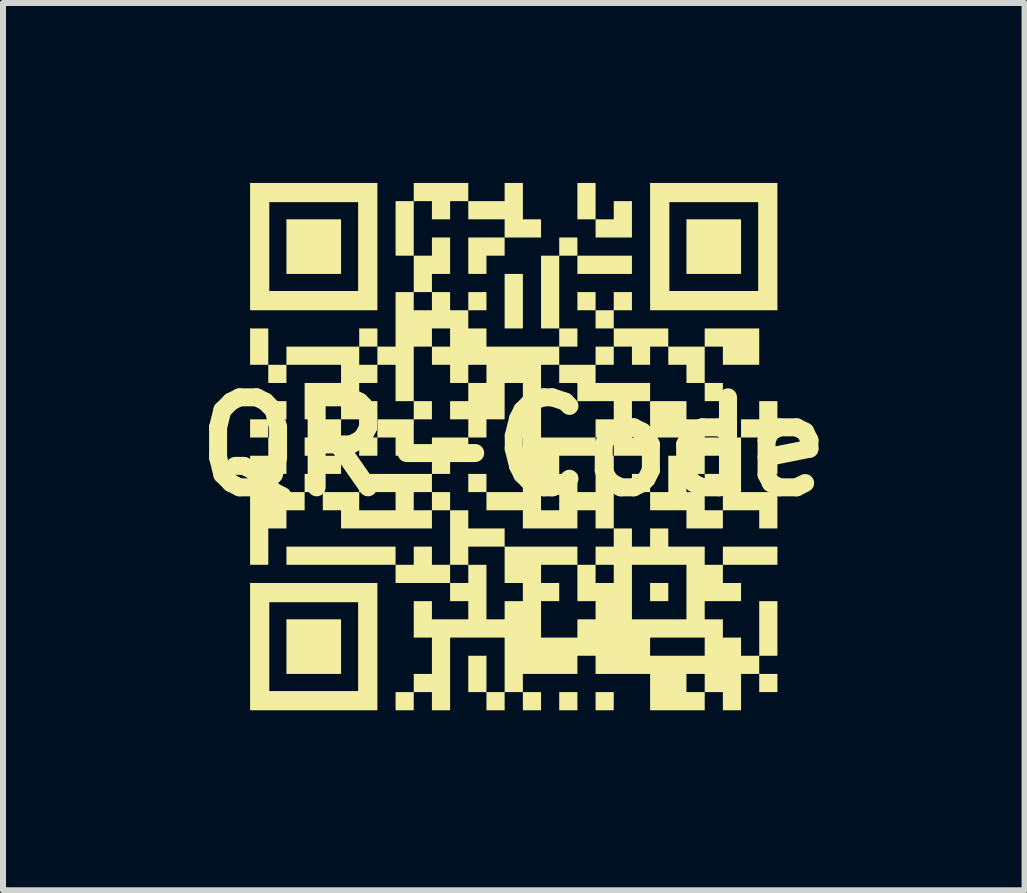
<source format=kicad_pcb>
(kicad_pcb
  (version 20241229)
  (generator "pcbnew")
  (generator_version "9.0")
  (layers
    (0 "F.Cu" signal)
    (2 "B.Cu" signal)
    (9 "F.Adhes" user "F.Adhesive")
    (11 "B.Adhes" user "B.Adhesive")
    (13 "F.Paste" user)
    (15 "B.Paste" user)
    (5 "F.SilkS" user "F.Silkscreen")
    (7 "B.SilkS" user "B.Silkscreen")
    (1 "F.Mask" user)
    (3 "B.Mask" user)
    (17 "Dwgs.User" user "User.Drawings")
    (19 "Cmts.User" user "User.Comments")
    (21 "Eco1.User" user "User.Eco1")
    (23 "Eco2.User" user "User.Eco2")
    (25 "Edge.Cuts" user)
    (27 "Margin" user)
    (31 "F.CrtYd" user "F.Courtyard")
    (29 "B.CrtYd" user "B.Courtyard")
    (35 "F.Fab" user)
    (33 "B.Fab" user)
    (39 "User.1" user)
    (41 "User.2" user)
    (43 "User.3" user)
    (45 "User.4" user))
  (footprint "QR-Code"
    (layer "F.Cu")
    (at 5.514 4.395)
    (property "Reference" "QR-Code" (at 0 0 0) (layer "F.SilkS") (effects (font (size 1.5 1.5) (thickness 0.3))))
    (attr board_only exclude_from_pos_files exclude_from_bom)
    (fp_poly (pts (xy -2.879 -3.334) (xy -2.879 -2.879) (xy -3.334 -2.879) (xy -3.789 -2.879) (xy -3.789 -3.334) (xy -3.789 -3.789) (xy -3.334 -3.789) (xy -2.879 -3.789)) (stroke (width 0) (type solid)) (fill yes) (layer "F.SilkS"))
    (fp_poly (pts (xy -2.879 3.334) (xy -2.879 3.789) (xy -3.334 3.789) (xy -3.789 3.789) (xy -3.789 3.334) (xy -3.789 2.879) (xy -3.334 2.879) (xy -2.879 2.879)) (stroke (width 0) (type solid)) (fill yes) (layer "F.SilkS"))
    (fp_poly (pts (xy -0.455 0.606) (xy -0.455 0.758) (xy -0.606 0.758) (xy -0.758 0.758) (xy -0.758 0.606) (xy -0.758 0.455) (xy -0.606 0.455) (xy -0.455 0.455)) (stroke (width 0) (type solid)) (fill yes) (layer "F.SilkS"))
    (fp_poly (pts (xy 0.152 -2.425) (xy 0.152 -1.97) (xy 0 -1.97) (xy -0.152 -1.97) (xy -0.152 -2.425) (xy -0.152 -2.879) (xy 0 -2.879) (xy 0.152 -2.879)) (stroke (width 0) (type solid)) (fill yes) (layer "F.SilkS"))
    (fp_poly (pts (xy 0.455 4.243) (xy 0.455 4.395) (xy 0.303 4.395) (xy 0.152 4.395) (xy 0.152 4.243) (xy 0.152 4.092) (xy 0.303 4.092) (xy 0.455 4.092)) (stroke (width 0) (type solid)) (fill yes) (layer "F.SilkS"))
    (fp_poly (pts (xy 1.061 4.243) (xy 1.061 4.395) (xy 0.909 4.395) (xy 0.758 4.395) (xy 0.758 4.243) (xy 0.758 4.092) (xy 0.909 4.092) (xy 1.061 4.092)) (stroke (width 0) (type solid)) (fill yes) (layer "F.SilkS"))
    (fp_poly (pts (xy 1.667 4.243) (xy 1.667 4.395) (xy 1.516 4.395) (xy 1.364 4.395) (xy 1.364 4.243) (xy 1.364 4.092) (xy 1.516 4.092) (xy 1.667 4.092)) (stroke (width 0) (type solid)) (fill yes) (layer "F.SilkS"))
    (fp_poly (pts (xy 1.97 -3.031) (xy 1.97 -2.879) (xy 1.516 -2.879) (xy 1.061 -2.879) (xy 1.061 -3.031) (xy 1.061 -3.183) (xy 1.516 -3.183) (xy 1.97 -3.183)) (stroke (width 0) (type solid)) (fill yes) (layer "F.SilkS"))
    (fp_poly (pts (xy 2.576 2.425) (xy 2.576 2.576) (xy 2.425 2.576) (xy 2.273 2.576) (xy 2.273 2.425) (xy 2.273 2.273) (xy 2.425 2.273) (xy 2.576 2.273)) (stroke (width 0) (type solid)) (fill yes) (layer "F.SilkS"))
    (fp_poly (pts (xy 3.486 -0.909) (xy 3.486 -0.758) (xy 3.334 -0.758) (xy 3.183 -0.758) (xy 3.183 -0.909) (xy 3.183 -1.061) (xy 3.334 -1.061) (xy 3.486 -1.061)) (stroke (width 0) (type solid)) (fill yes) (layer "F.SilkS"))
    (fp_poly (pts (xy 3.789 -3.334) (xy 3.789 -2.879) (xy 3.334 -2.879) (xy 2.879 -2.879) (xy 2.879 -3.334) (xy 2.879 -3.789) (xy 3.334 -3.789) (xy 3.789 -3.789)) (stroke (width 0) (type solid)) (fill yes) (layer "F.SilkS"))
    (fp_poly (pts (xy 4.395 0.303) (xy 4.395 0.455) (xy 4.243 0.455) (xy 4.092 0.455) (xy 4.092 0.303) (xy 4.092 0.152) (xy 4.243 0.152) (xy 4.395 0.152)) (stroke (width 0) (type solid)) (fill yes) (layer "F.SilkS"))
    (fp_poly (pts (xy 4.395 3.94) (xy 4.395 4.092) (xy 4.243 4.092) (xy 4.092 4.092) (xy 4.092 3.94) (xy 4.092 3.789) (xy 4.243 3.789) (xy 4.395 3.789)) (stroke (width 0) (type solid)) (fill yes) (layer "F.SilkS"))
    (fp_poly (pts (xy -0.758 0) (xy -0.758 0.152) (xy -0.909 0.152) (xy -1.061 0.152) (xy -1.061 0.303) (xy -1.061 0.455) (xy -1.212 0.455) (xy -1.364 0.455) (xy -1.364 0.152) (xy -1.364 -0.152) (xy -1.061 -0.152) (xy -0.758 -0.152)) (stroke (width 0) (type solid)) (fill yes) (layer "F.SilkS"))
    (fp_poly (pts (xy -3.789 -0.606) (xy -3.789 -0.455) (xy -3.94 -0.455) (xy -4.092 -0.455) (xy -4.092 -0.303) (xy -4.092 -0.152) (xy -4.243 -0.152) (xy -4.395 -0.152) (xy -4.395 -0.303) (xy -4.395 -0.455) (xy -4.243 -0.455) (xy -4.092 -0.455) (xy -4.092 -0.606) (xy -4.092 -0.758) (xy -3.94 -0.758) (xy -3.789 -0.758)) (stroke (width 0) (type solid)) (fill yes) (layer "F.SilkS"))
    (fp_poly (pts (xy -2.879 -0.303) (xy -2.879 -0.152) (xy -3.031 -0.152) (xy -3.183 -0.152) (xy -3.183 0) (xy -3.183 0.152) (xy -3.334 0.152) (xy -3.486 0.152) (xy -3.486 0) (xy -3.486 -0.152) (xy -3.334 -0.152) (xy -3.183 -0.152) (xy -3.183 -0.303) (xy -3.183 -0.455) (xy -3.031 -0.455) (xy -2.879 -0.455)) (stroke (width 0) (type solid)) (fill yes) (layer "F.SilkS"))
    (fp_poly (pts (xy 1.061 -3.334) (xy 1.061 -3.183) (xy 0.909 -3.183) (xy 0.758 -3.183) (xy 0.758 -2.576) (xy 0.758 -1.97) (xy 0.606 -1.97) (xy 0.455 -1.97) (xy 0.455 -2.576) (xy 0.455 -3.183) (xy 0.606 -3.183) (xy 0.758 -3.183) (xy 0.758 -3.334) (xy 0.758 -3.486) (xy 0.909 -3.486) (xy 1.061 -3.486)) (stroke (width 0) (type solid)) (fill yes) (layer "F.SilkS"))
    (fp_poly (pts (xy -2.273 -3.334) (xy -2.273 -2.273) (xy -3.334 -2.273) (xy -4.395 -2.273) (xy -4.395 -3.334) (xy -4.075 -3.334) (xy -4.075 -2.594) (xy -3.334 -2.594) (xy -2.594 -2.594) (xy -2.594 -3.334) (xy -2.594 -4.075) (xy -3.334 -4.075) (xy -4.075 -4.075) (xy -4.075 -3.334) (xy -4.395 -3.334) (xy -4.395 -4.395) (xy -3.334 -4.395) (xy -2.273 -4.395)) (stroke (width 0) (type solid)) (fill yes) (layer "F.SilkS"))
    (fp_poly (pts (xy -2.273 3.334) (xy -2.273 4.395) (xy -3.334 4.395) (xy -4.395 4.395) (xy -4.395 3.334) (xy -4.075 3.334) (xy -4.075 4.075) (xy -3.334 4.075) (xy -2.594 4.075) (xy -2.594 3.334) (xy -2.594 2.594) (xy -3.334 2.594) (xy -4.075 2.594) (xy -4.075 3.334) (xy -4.395 3.334) (xy -4.395 2.273) (xy -3.334 2.273) (xy -2.273 2.273)) (stroke (width 0) (type solid)) (fill yes) (layer "F.SilkS"))
    (fp_poly (pts (xy 4.395 -3.334) (xy 4.395 -2.273) (xy 3.334 -2.273) (xy 2.273 -2.273) (xy 2.273 -3.334) (xy 2.594 -3.334) (xy 2.594 -2.594) (xy 3.334 -2.594) (xy 4.075 -2.594) (xy 4.075 -3.334) (xy 4.075 -4.075) (xy 3.334 -4.075) (xy 2.594 -4.075) (xy 2.594 -3.334) (xy 2.273 -3.334) (xy 2.273 -4.395) (xy 3.334 -4.395) (xy 4.395 -4.395)) (stroke (width 0) (type solid)) (fill yes) (layer "F.SilkS"))
    (fp_poly (pts (xy 1.364 -4.092) (xy 1.364 -3.789) (xy 1.516 -3.789) (xy 1.667 -3.789) (xy 1.667 -3.94) (xy 1.667 -4.092) (xy 1.819 -4.092) (xy 1.97 -4.092) (xy 1.97 -3.789) (xy 1.97 -3.486) (xy 1.667 -3.486) (xy 1.364 -3.486) (xy 1.364 -3.637) (xy 1.364 -3.789) (xy 1.212 -3.789) (xy 1.061 -3.789) (xy 1.061 -4.092) (xy 1.061 -4.395) (xy 1.212 -4.395) (xy 1.364 -4.395)) (stroke (width 0) (type solid)) (fill yes) (layer "F.SilkS"))
    (fp_poly (pts (xy 1.364 -2.425) (xy 1.364 -2.273) (xy 1.516 -2.273) (xy 1.667 -2.273) (xy 1.667 -2.425) (xy 1.667 -2.576) (xy 1.819 -2.576) (xy 1.97 -2.576) (xy 1.97 -2.425) (xy 1.97 -2.273) (xy 1.819 -2.273) (xy 1.667 -2.273) (xy 1.667 -2.122) (xy 1.667 -1.97) (xy 1.516 -1.97) (xy 1.364 -1.97) (xy 1.364 -2.122) (xy 1.364 -2.273) (xy 1.212 -2.273) (xy 1.061 -2.273) (xy 1.061 -2.425) (xy 1.061 -2.576) (xy 1.212 -2.576) (xy 1.364 -2.576)) (stroke (width 0) (type solid)) (fill yes) (layer "F.SilkS"))
    (fp_poly (pts (xy -1.364 -0.606) (xy -1.364 -0.455) (xy -1.516 -0.455) (xy -1.667 -0.455) (xy -1.667 -0.152) (xy -1.667 0.152) (xy -1.819 0.152) (xy -1.97 0.152) (xy -1.97 0) (xy -1.97 -0.152) (xy -2.122 -0.152) (xy -2.273 -0.152) (xy -2.273 0) (xy -2.273 0.152) (xy -2.425 0.152) (xy -2.576 0.152) (xy -2.576 0) (xy -2.576 -0.152) (xy -2.425 -0.152) (xy -2.273 -0.152) (xy -2.273 -0.303) (xy -2.273 -0.455) (xy -1.97 -0.455) (xy -1.667 -0.455) (xy -1.667 -0.606) (xy -1.667 -0.758) (xy -1.516 -0.758) (xy -1.364 -0.758)) (stroke (width 0) (type solid)) (fill yes) (layer "F.SilkS"))
    (fp_poly (pts (xy -3.789 0.152) (xy -3.789 0.455) (xy -3.94 0.455) (xy -4.092 0.455) (xy -4.092 0.606) (xy -4.092 0.758) (xy -3.789 0.758) (xy -3.486 0.758) (xy -3.486 0.606) (xy -3.486 0.455) (xy -3.334 0.455) (xy -3.183 0.455) (xy -3.183 0.303) (xy -3.183 0.152) (xy -3.031 0.152) (xy -2.879 0.152) (xy -2.879 0.303) (xy -2.879 0.455) (xy -3.031 0.455) (xy -3.183 0.455) (xy -3.183 0.606) (xy -3.183 0.758) (xy -2.879 0.758) (xy -2.576 0.758) (xy -2.576 0.606) (xy -2.576 0.455) (xy -1.97 0.455) (xy -1.364 0.455) (xy -1.364 0.606) (xy -1.364 0.758) (xy -1.516 0.758) (xy -1.667 0.758) (xy -1.667 0.909) (xy -1.667 1.061) (xy -1.516 1.061) (xy -1.364 1.061) (xy -1.364 0.909) (xy -1.364 0.758) (xy -1.212 0.758) (xy -1.061 0.758) (xy -1.061 0.909) (xy -1.061 1.061) (xy -1.212 1.061) (xy -1.364 1.061) (xy -1.364 1.212) (xy -1.364 1.364) (xy -2.122 1.364) (xy -2.879 1.364) (xy -2.879 1.212) (xy -2.879 1.061) (xy -3.031 1.061) (xy -3.183 1.061) (xy -3.183 0.909) (xy -2.576 0.909) (xy -2.576 1.061) (xy -2.273 1.061) (xy -1.97 1.061) (xy -1.97 0.909) (xy -1.97 0.758) (xy -2.273 0.758) (xy -2.576 0.758) (xy -2.576 0.909) (xy -3.183 0.909) (xy -3.183 0.758) (xy -3.334 0.758) (xy -3.486 0.758) (xy -3.486 0.909) (xy -3.486 1.061) (xy -3.637 1.061) (xy -3.789 1.061) (xy -3.789 1.212) (xy -3.789 1.364) (xy -3.94 1.364) (xy -4.092 1.364) (xy -4.092 1.667) (xy -4.092 1.97) (xy -4.243 1.97) (xy -4.395 1.97) (xy -4.395 1.061) (xy -4.395 0.152) (xy -4.243 0.152) (xy -4.092 0.152) (xy -4.092 0) (xy -4.092 -0.152) (xy -3.94 -0.152) (xy -3.789 -0.152)) (stroke (width 0) (type solid)) (fill yes) (layer "F.SilkS"))
    (fp_poly (pts (xy -0.758 1.212) (xy -0.758 1.364) (xy -0.455 1.364) (xy -0.152 1.364) (xy -0.152 1.516) (xy -0.152 1.667) (xy -0.455 1.667) (xy -0.758 1.667) (xy -0.758 1.819) (xy -0.758 1.97) (xy -0.909 1.97) (xy -1.061 1.97) (xy -1.061 2.122) (xy -1.061 2.273) (xy -0.909 2.273) (xy -0.758 2.273) (xy -0.758 2.122) (xy -0.758 1.97) (xy -0.606 1.97) (xy -0.455 1.97) (xy -0.455 2.425) (xy -0.455 2.879) (xy -0.303 2.879) (xy -0.152 2.879) (xy -0.152 2.728) (xy -0.152 2.576) (xy 0 2.576) (xy 0.152 2.576) (xy 0.152 2.425) (xy 0.152 2.273) (xy 0 2.273) (xy -0.152 2.273) (xy -0.152 1.97) (xy -0.152 1.667) (xy 0.455 1.667) (xy 1.061 1.667) (xy 1.061 1.819) (xy 1.061 1.97) (xy 0.758 1.97) (xy 0.455 1.97) (xy 0.455 2.122) (xy 0.455 2.273) (xy 0.606 2.273) (xy 0.758 2.273) (xy 0.758 2.425) (xy 0.758 2.576) (xy 0.606 2.576) (xy 0.455 2.576) (xy 0.455 2.879) (xy 0.455 3.183) (xy 0.758 3.183) (xy 1.061 3.183) (xy 1.061 3.031) (xy 1.061 2.879) (xy 1.212 2.879) (xy 1.364 2.879) (xy 1.364 2.728) (xy 1.364 2.576) (xy 1.212 2.576) (xy 1.061 2.576) (xy 1.061 2.425) (xy 1.97 2.425) (xy 1.97 2.879) (xy 2.425 2.879) (xy 2.879 2.879) (xy 2.879 2.425) (xy 2.879 1.97) (xy 2.425 1.97) (xy 1.97 1.97) (xy 1.97 2.425) (xy 1.061 2.425) (xy 1.061 2.273) (xy 1.061 2.122) (xy 1.364 2.122) (xy 1.364 2.273) (xy 1.516 2.273) (xy 1.667 2.273) (xy 1.667 2.122) (xy 1.667 1.97) (xy 1.516 1.97) (xy 1.364 1.97) (xy 1.364 2.122) (xy 1.061 2.122) (xy 1.061 1.97) (xy 1.212 1.97) (xy 1.364 1.97) (xy 1.364 1.819) (xy 1.364 1.667) (xy 1.516 1.667) (xy 1.667 1.667) (xy 1.667 1.516) (xy 1.667 1.364) (xy 1.819 1.364) (xy 1.97 1.364) (xy 1.97 1.516) (xy 1.97 1.667) (xy 2.122 1.667) (xy 2.273 1.667) (xy 2.273 1.516) (xy 2.273 1.364) (xy 2.425 1.364) (xy 2.576 1.364) (xy 2.576 1.516) (xy 2.576 1.667) (xy 2.879 1.667) (xy 3.183 1.667) (xy 3.183 1.819) (xy 3.183 1.97) (xy 3.334 1.97) (xy 3.486 1.97) (xy 3.486 1.819) (xy 3.486 1.667) (xy 3.94 1.667) (xy 4.395 1.667) (xy 4.395 1.819) (xy 4.395 1.97) (xy 3.94 1.97) (xy 3.486 1.97) (xy 3.486 2.122) (xy 3.486 2.273) (xy 3.637 2.273) (xy 3.789 2.273) (xy 3.789 2.425) (xy 3.789 2.576) (xy 3.486 2.576) (xy 3.183 2.576) (xy 3.183 2.728) (xy 3.183 2.879) (xy 3.334 2.879) (xy 3.486 2.879) (xy 3.486 3.031) (xy 3.486 3.183) (xy 3.637 3.183) (xy 3.789 3.183) (xy 3.789 3.334) (xy 3.789 3.486) (xy 3.94 3.486) (xy 4.092 3.486) (xy 4.092 3.031) (xy 4.092 2.576) (xy 4.243 2.576) (xy 4.395 2.576) (xy 4.395 3.031) (xy 4.395 3.486) (xy 4.243 3.486) (xy 4.092 3.486) (xy 4.092 3.637) (xy 4.092 3.789) (xy 3.94 3.789) (xy 3.789 3.789) (xy 3.789 4.092) (xy 3.789 4.395) (xy 3.637 4.395) (xy 3.486 4.395) (xy 3.486 4.243) (xy 3.486 4.092) (xy 3.334 4.092) (xy 3.183 4.092) (xy 3.183 4.243) (xy 3.183 4.395) (xy 2.728 4.395) (xy 2.273 4.395) (xy 2.273 4.092) (xy 2.273 3.94) (xy 2.879 3.94) (xy 2.879 4.092) (xy 3.031 4.092) (xy 3.183 4.092) (xy 3.183 3.94) (xy 3.183 3.789) (xy 3.031 3.789) (xy 2.879 3.789) (xy 2.879 3.94) (xy 2.273 3.94) (xy 2.273 3.789) (xy 1.819 3.789) (xy 1.364 3.789) (xy 1.364 3.637) (xy 1.364 3.486) (xy 1.212 3.486) (xy 1.061 3.486) (xy 1.061 3.637) (xy 1.061 3.789) (xy 0.606 3.789) (xy 0.152 3.789) (xy 0.152 3.94) (xy 0.152 4.092) (xy 0 4.092) (xy -0.152 4.092) (xy -0.152 4.243) (xy -0.152 4.395) (xy -0.303 4.395) (xy -0.455 4.395) (xy -0.455 4.243) (xy -0.455 4.092) (xy -0.606 4.092) (xy -0.758 4.092) (xy -0.758 3.789) (xy -0.758 3.486) (xy -0.606 3.486) (xy -0.455 3.486) (xy -0.455 3.789) (xy -0.455 4.092) (xy -0.303 4.092) (xy -0.152 4.092) (xy -0.152 3.637) (xy -0.152 3.334) (xy 2.273 3.334) (xy 2.273 3.486) (xy 2.728 3.486) (xy 3.183 3.486) (xy 3.183 3.334) (xy 3.183 3.183) (xy 2.728 3.183) (xy 2.273 3.183) (xy 2.273 3.334) (xy -0.152 3.334) (xy -0.152 3.183) (xy -0.606 3.183) (xy -1.061 3.183) (xy -1.061 3.789) (xy -1.061 4.395) (xy -1.212 4.395) (xy -1.364 4.395) (xy -1.364 4.243) (xy -1.364 4.092) (xy -1.516 4.092) (xy -1.667 4.092) (xy -1.667 4.243) (xy -1.667 4.395) (xy -1.819 4.395) (xy -1.97 4.395) (xy -1.97 4.243) (xy -1.97 4.092) (xy -1.819 4.092) (xy -1.667 4.092) (xy -1.667 3.94) (xy -1.667 3.789) (xy -1.516 3.789) (xy -1.364 3.789) (xy -1.364 3.486) (xy -1.364 3.183) (xy -1.516 3.183) (xy -1.667 3.183) (xy -1.667 2.879) (xy -1.667 2.576) (xy -1.516 2.576) (xy -1.364 2.576) (xy -1.364 2.728) (xy -1.364 2.879) (xy -1.061 2.879) (xy -0.758 2.879) (xy -0.758 2.728) (xy -0.758 2.576) (xy -0.909 2.576) (xy -1.061 2.576) (xy -1.061 2.425) (xy -1.061 2.273) (xy -1.516 2.273) (xy -1.97 2.273) (xy -1.97 2.122) (xy -1.97 1.97) (xy -2.879 1.97) (xy -3.789 1.97) (xy -3.789 1.819) (xy -3.789 1.667) (xy -2.879 1.667) (xy -1.97 1.667) (xy -1.97 1.819) (xy -1.97 1.97) (xy -1.819 1.97) (xy -1.667 1.97) (xy -1.667 1.819) (xy -1.667 1.667) (xy -1.516 1.667) (xy -1.364 1.667) (xy -1.364 1.819) (xy -1.364 1.97) (xy -1.212 1.97) (xy -1.061 1.97) (xy -1.061 1.516) (xy -1.061 1.061) (xy -0.909 1.061) (xy -0.758 1.061)) (stroke (width 0) (type solid)) (fill yes) (layer "F.SilkS"))
    (fp_poly (pts (xy -0.758 -4.243) (xy -0.758 -4.092) (xy -0.455 -4.092) (xy -0.152 -4.092) (xy -0.152 -4.243) (xy -0.152 -4.395) (xy 0 -4.395) (xy 0.152 -4.395) (xy 0.152 -4.092) (xy 0.152 -3.789) (xy 0.303 -3.789) (xy 0.455 -3.789) (xy 0.455 -3.637) (xy 0.455 -3.486) (xy 0.152 -3.486) (xy -0.152 -3.486) (xy -0.152 -3.334) (xy -0.152 -3.183) (xy -0.303 -3.183) (xy -0.455 -3.183) (xy -0.455 -3.031) (xy -0.455 -2.879) (xy -0.606 -2.879) (xy -0.758 -2.879) (xy -0.758 -3.183) (xy -0.758 -3.486) (xy -0.455 -3.486) (xy -0.152 -3.486) (xy -0.152 -3.637) (xy -0.152 -3.789) (xy -0.455 -3.789) (xy -0.758 -3.789) (xy -0.758 -3.94) (xy -0.758 -4.092) (xy -0.909 -4.092) (xy -1.061 -4.092) (xy -1.061 -3.94) (xy -1.061 -3.789) (xy -1.212 -3.789) (xy -1.364 -3.789) (xy -1.364 -3.94) (xy -1.364 -4.092) (xy -1.516 -4.092) (xy -1.667 -4.092) (xy -1.667 -3.637) (xy -1.667 -3.183) (xy -1.516 -3.183) (xy -1.364 -3.183) (xy -1.364 -3.334) (xy -1.364 -3.486) (xy -1.212 -3.486) (xy -1.061 -3.486) (xy -1.061 -3.183) (xy -1.061 -2.879) (xy -1.212 -2.879) (xy -1.364 -2.879) (xy -1.364 -2.728) (xy -1.364 -2.576) (xy -1.516 -2.576) (xy -1.667 -2.576) (xy -1.667 -2.425) (xy -1.667 -2.273) (xy -1.516 -2.273) (xy -1.364 -2.273) (xy -1.364 -2.425) (xy -1.364 -2.576) (xy -1.212 -2.576) (xy -1.061 -2.576) (xy -1.061 -2.425) (xy -1.061 -2.273) (xy -0.909 -2.273) (xy -0.758 -2.273) (xy -0.758 -2.425) (xy -0.758 -2.576) (xy -0.606 -2.576) (xy -0.455 -2.576) (xy -0.455 -2.425) (xy -0.455 -2.273) (xy -0.606 -2.273) (xy -0.758 -2.273) (xy -0.758 -2.122) (xy -0.758 -1.97) (xy -0.606 -1.97) (xy -0.455 -1.97) (xy -0.455 -1.819) (xy -0.455 -1.667) (xy 0.152 -1.667) (xy 0.758 -1.667) (xy 0.758 -1.819) (xy 0.758 -1.97) (xy 0.909 -1.97) (xy 1.061 -1.97) (xy 1.061 -1.819) (xy 1.061 -1.667) (xy 0.909 -1.667) (xy 0.758 -1.667) (xy 0.758 -1.516) (xy 0.758 -1.364) (xy 1.061 -1.364) (xy 1.364 -1.364) (xy 1.364 -1.516) (xy 1.364 -1.667) (xy 1.516 -1.667) (xy 1.667 -1.667) (xy 1.667 -1.819) (xy 1.667 -1.97) (xy 2.122 -1.97) (xy 2.576 -1.97) (xy 2.576 -1.819) (xy 2.576 -1.667) (xy 2.879 -1.667) (xy 3.183 -1.667) (xy 3.183 -1.819) (xy 3.183 -1.97) (xy 3.637 -1.97) (xy 4.092 -1.97) (xy 4.092 -1.667) (xy 4.092 -1.364) (xy 3.789 -1.364) (xy 3.486 -1.364) (xy 3.486 -1.516) (xy 3.486 -1.667) (xy 3.334 -1.667) (xy 3.183 -1.667) (xy 3.183 -1.364) (xy 3.183 -1.061) (xy 3.031 -1.061) (xy 2.879 -1.061) (xy 2.879 -1.212) (xy 2.879 -1.364) (xy 2.728 -1.364) (xy 2.576 -1.364) (xy 2.576 -1.516) (xy 2.576 -1.667) (xy 2.425 -1.667) (xy 2.273 -1.667) (xy 2.273 -1.516) (xy 2.273 -1.364) (xy 2.122 -1.364) (xy 1.97 -1.364) (xy 1.97 -1.516) (xy 1.97 -1.667) (xy 1.819 -1.667) (xy 1.667 -1.667) (xy 1.667 -1.516) (xy 1.667 -1.364) (xy 1.516 -1.364) (xy 1.364 -1.364) (xy 1.364 -1.212) (xy 1.364 -1.061) (xy 1.819 -1.061) (xy 2.273 -1.061) (xy 2.273 -0.909) (xy 2.273 -0.758) (xy 2.122 -0.758) (xy 1.97 -0.758) (xy 1.97 -0.455) (xy 1.97 -0.152) (xy 2.122 -0.152) (xy 2.273 -0.152) (xy 2.273 -0.455) (xy 2.273 -0.758) (xy 2.576 -0.758) (xy 2.879 -0.758) (xy 2.879 -0.606) (xy 2.879 -0.455) (xy 3.031 -0.455) (xy 3.183 -0.455) (xy 3.183 -0.303) (xy 3.183 -0.152) (xy 3.486 -0.152) (xy 3.789 -0.152) (xy 3.789 -0.303) (xy 3.789 -0.455) (xy 3.94 -0.455) (xy 4.092 -0.455) (xy 4.092 -0.606) (xy 4.092 -0.758) (xy 4.243 -0.758) (xy 4.395 -0.758) (xy 4.395 -0.455) (xy 4.395 -0.152) (xy 4.092 -0.152) (xy 3.789 -0.152) (xy 3.789 0.303) (xy 3.789 0.758) (xy 4.092 0.758) (xy 4.395 0.758) (xy 4.395 1.061) (xy 4.395 1.364) (xy 4.243 1.364) (xy 4.092 1.364) (xy 4.092 1.212) (xy 4.092 1.061) (xy 3.789 1.061) (xy 3.486 1.061) (xy 3.486 1.212) (xy 3.486 1.364) (xy 3.183 1.364) (xy 2.879 1.364) (xy 2.879 1.212) (xy 2.879 1.061) (xy 2.576 1.061) (xy 2.273 1.061) (xy 2.273 0.909) (xy 3.183 0.909) (xy 3.183 1.061) (xy 3.334 1.061) (xy 3.486 1.061) (xy 3.486 0.909) (xy 3.486 0.758) (xy 3.334 0.758) (xy 3.183 0.758) (xy 3.183 0.909) (xy 2.273 0.909) (xy 2.273 0.758) (xy 2.122 0.758) (xy 1.97 0.758) (xy 1.97 0.606) (xy 1.97 0.455) (xy 2.122 0.455) (xy 2.273 0.455) (xy 2.273 0.606) (xy 2.273 0.758) (xy 2.425 0.758) (xy 2.576 0.758) (xy 2.576 0.455) (xy 2.879 0.455) (xy 2.879 0.606) (xy 2.879 0.758) (xy 3.031 0.758) (xy 3.183 0.758) (xy 3.183 0.606) (xy 3.183 0.455) (xy 3.334 0.455) (xy 3.486 0.455) (xy 3.486 0.303) (xy 3.486 0.152) (xy 3.334 0.152) (xy 3.183 0.152) (xy 3.183 0.303) (xy 3.183 0.455) (xy 3.031 0.455) (xy 2.879 0.455) (xy 2.576 0.455) (xy 2.576 0.152) (xy 2.728 0.152) (xy 2.879 0.152) (xy 2.879 0) (xy 2.879 -0.152) (xy 2.576 -0.152) (xy 2.273 -0.152) (xy 2.273 0) (xy 2.273 0.152) (xy 1.97 0.152) (xy 1.667 0.152) (xy 1.667 0.758) (xy 1.667 1.364) (xy 1.516 1.364) (xy 1.364 1.364) (xy 1.364 1.212) (xy 1.364 1.061) (xy 1.212 1.061) (xy 1.061 1.061) (xy 1.061 1.212) (xy 1.061 1.364) (xy 0.606 1.364) (xy 0.152 1.364) (xy 0.152 1.212) (xy 0.152 1.061) (xy -0.152 1.061) (xy -0.455 1.061) (xy -0.455 0.909) (xy 0.455 0.909) (xy 0.455 1.061) (xy 0.606 1.061) (xy 0.758 1.061) (xy 0.758 0.909) (xy 0.758 0.758) (xy 0.606 0.758) (xy 0.455 0.758) (xy 0.455 0.909) (xy -0.455 0.909) (xy -0.455 0.758) (xy -0.152 0.758) (xy 0.152 0.758) (xy 0.152 0.152) (xy 0.758 0.152) (xy 0.758 0.303) (xy 0.758 0.455) (xy 0.909 0.455) (xy 1.061 0.455) (xy 1.061 0.606) (xy 1.061 0.758) (xy 1.212 0.758) (xy 1.364 0.758) (xy 1.364 0.455) (xy 1.364 0.152) (xy 1.516 0.152) (xy 1.667 0.152) (xy 1.667 0) (xy 1.667 -0.152) (xy 1.516 -0.152) (xy 1.364 -0.152) (xy 1.364 0) (xy 1.364 0.152) (xy 1.061 0.152) (xy 0.758 0.152) (xy 0.152 0.152) (xy 0.152 -0.152) (xy 0.152 -0.758) (xy 0.455 -0.758) (xy 0.455 -0.152) (xy 0.909 -0.152) (xy 1.364 -0.152) (xy 1.364 -0.303) (xy 1.364 -0.455) (xy 1.516 -0.455) (xy 1.667 -0.455) (xy 1.667 -0.606) (xy 1.667 -0.758) (xy 1.364 -0.758) (xy 1.061 -0.758) (xy 1.061 -0.909) (xy 1.061 -1.061) (xy 0.909 -1.061) (xy 0.758 -1.061) (xy 0.758 -1.212) (xy 0.758 -1.364) (xy 0.606 -1.364) (xy 0.455 -1.364) (xy 0.455 -0.758) (xy 0.152 -0.758) (xy 0.152 -1.061) (xy 0 -1.061) (xy -0.152 -1.061) (xy -0.152 -0.758) (xy -0.152 -0.455) (xy -0.303 -0.455) (xy -0.455 -0.455) (xy -0.455 -0.303) (xy -0.455 -0.152) (xy -0.606 -0.152) (xy -0.758 -0.152) (xy -0.758 -0.303) (xy -0.758 -0.455) (xy -0.909 -0.455) (xy -1.061 -0.455) (xy -1.061 -0.606) (xy -1.061 -0.758) (xy -0.909 -0.758) (xy -0.758 -0.758) (xy -0.758 -0.909) (xy -0.758 -1.061) (xy -0.606 -1.061) (xy -0.455 -1.061) (xy -0.455 -1.212) (xy -0.455 -1.364) (xy -0.606 -1.364) (xy -0.758 -1.364) (xy -0.758 -1.212) (xy -0.758 -1.061) (xy -0.909 -1.061) (xy -1.061 -1.061) (xy -1.061 -1.212) (xy -1.061 -1.364) (xy -1.212 -1.364) (xy -1.364 -1.364) (xy -1.364 -1.516) (xy -1.364 -1.667) (xy -1.212 -1.667) (xy -1.061 -1.667) (xy -1.061 -1.819) (xy -1.061 -1.97) (xy -1.212 -1.97) (xy -1.364 -1.97) (xy -1.364 -1.819) (xy -1.364 -1.667) (xy -1.516 -1.667) (xy -1.667 -1.667) (xy -1.667 -1.212) (xy -1.667 -0.758) (xy -1.819 -0.758) (xy -1.97 -0.758) (xy -1.97 -1.061) (xy -1.97 -1.364) (xy -2.122 -1.364) (xy -2.273 -1.364) (xy -2.273 -1.212) (xy -2.273 -1.061) (xy -2.425 -1.061) (xy -2.576 -1.061) (xy -2.576 -0.909) (xy -2.576 -0.758) (xy -2.425 -0.758) (xy -2.273 -0.758) (xy -2.273 -0.606) (xy -2.273 -0.455) (xy -2.576 -0.455) (xy -2.879 -0.455) (xy -2.879 -0.606) (xy -2.879 -0.758) (xy -3.031 -0.758) (xy -3.183 -0.758) (xy -3.183 -0.606) (xy -3.183 -0.455) (xy -3.334 -0.455) (xy -3.486 -0.455) (xy -3.486 -0.758) (xy -3.486 -1.061) (xy -3.183 -1.061) (xy -2.879 -1.061) (xy -2.879 -1.212) (xy -2.879 -1.364) (xy -3.334 -1.364) (xy -3.789 -1.364) (xy -3.789 -1.212) (xy -3.789 -1.061) (xy -3.94 -1.061) (xy -4.092 -1.061) (xy -4.092 -1.212) (xy -4.092 -1.364) (xy -4.243 -1.364) (xy -4.395 -1.364) (xy -4.395 -1.667) (xy -4.395 -1.97) (xy -4.243 -1.97) (xy -4.092 -1.97) (xy -4.092 -1.667) (xy -4.092 -1.364) (xy -3.94 -1.364) (xy -3.789 -1.364) (xy -3.789 -1.516) (xy -2.576 -1.516) (xy -2.576 -1.364) (xy -2.425 -1.364) (xy -2.273 -1.364) (xy -2.273 -1.516) (xy -2.273 -1.667) (xy -2.425 -1.667) (xy -2.576 -1.667) (xy -2.576 -1.516) (xy -3.789 -1.516) (xy -3.789 -1.667) (xy -3.183 -1.667) (xy -2.576 -1.667) (xy -2.576 -1.819) (xy -2.576 -1.97) (xy -2.425 -1.97) (xy -2.273 -1.97) (xy -2.273 -1.819) (xy -2.273 -1.667) (xy -2.122 -1.667) (xy -1.97 -1.667) (xy -1.97 -2.122) (xy -1.97 -2.576) (xy -1.819 -2.576) (xy -1.667 -2.576) (xy -1.667 -2.879) (xy -1.667 -3.183) (xy -1.819 -3.183) (xy -1.97 -3.183) (xy -1.97 -3.637) (xy -1.97 -4.092) (xy -1.819 -4.092) (xy -1.667 -4.092) (xy -1.667 -4.243) (xy -1.667 -4.395) (xy -1.212 -4.395) (xy -0.758 -4.395)) (stroke (width 0) (type solid)) (fill yes) (layer "F.SilkS")))
  (gr_rect
    (start -3 -3)
    (end 14.029 11.79)
    (stroke (width 0.1) (type default))
    (fill no)
    (layer "Edge.Cuts")))
</source>
